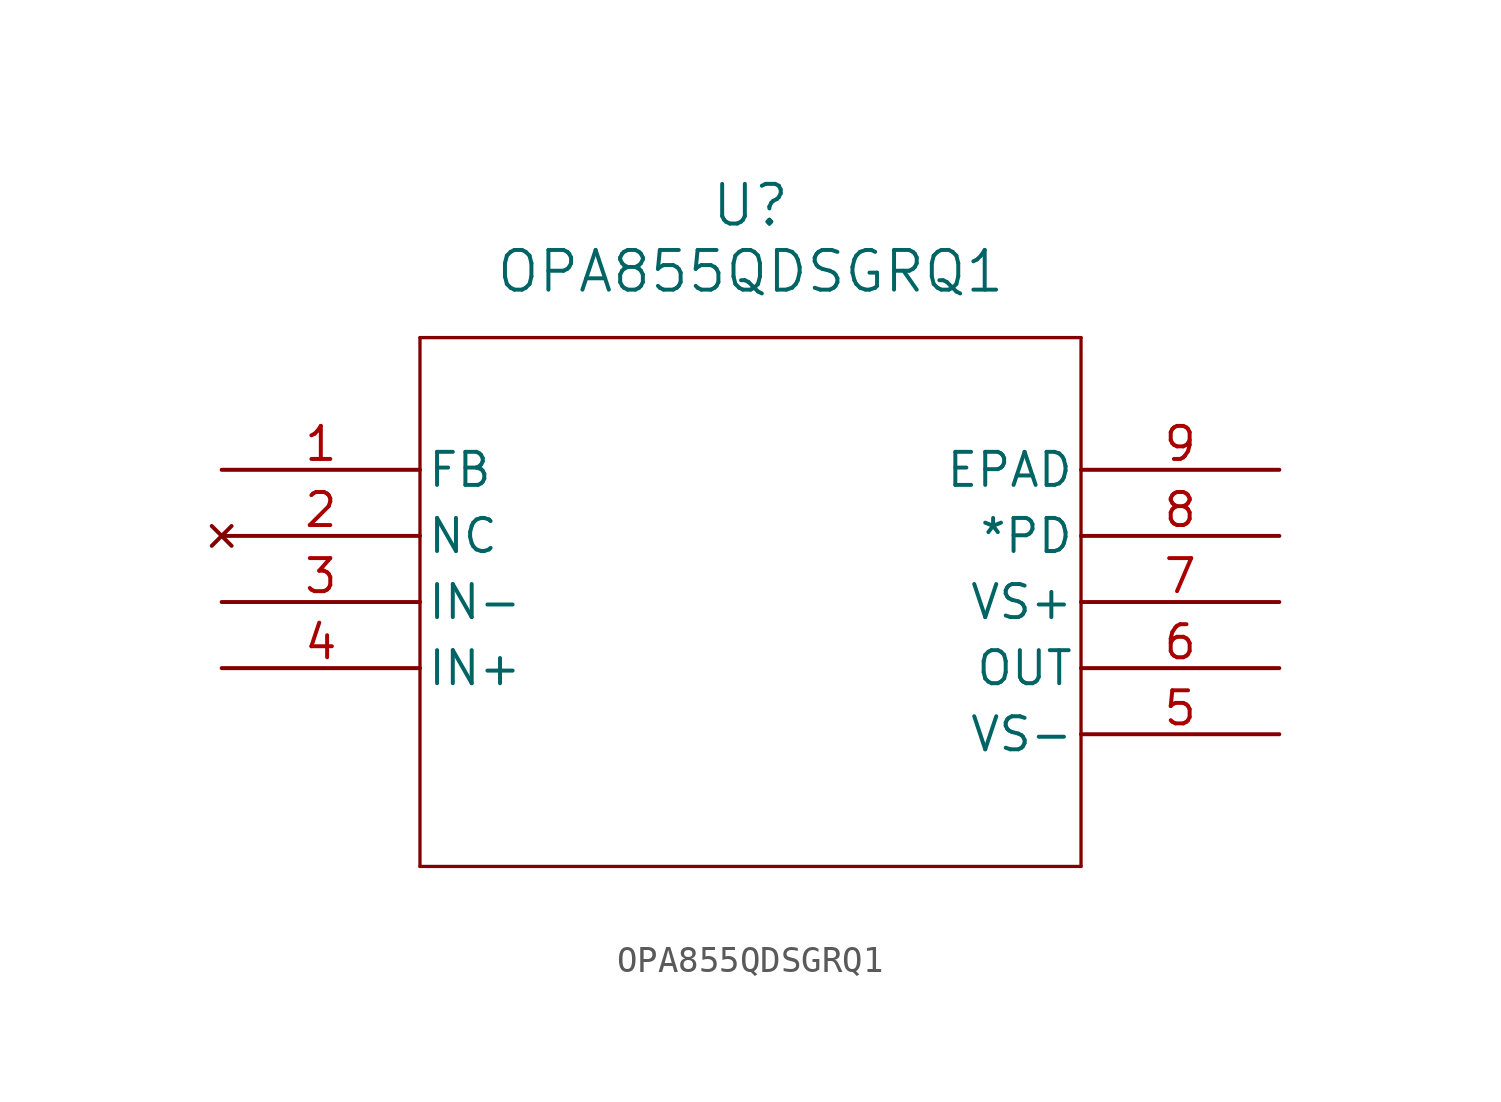
<source format=kicad_sym>
(kicad_symbol_lib
  (version 20211014)
  (generator kicad_symbol_editor)
  (symbol "OPA855QDSGRQ1"
    (pin_names
      (offset 0.254))
    (property "Reference" "U"
      (at 20.32 10.16 0)
      (effects (font (size 1.524 1.524))))
    (property "Value" "OPA855QDSGRQ1"
      (at 20.32 7.62 0)
      (effects (font (size 1.524 1.524))))
    (symbol "OPA855QDSGRQ1_0_1"
      (polyline (pts (xy 7.62 5.08) (xy 7.62 -15.24)) (stroke (width 0.127) (type default) (color 0 0 0 0)) (fill (type none)))
      (polyline (pts (xy 7.62 -15.24) (xy 33.02 -15.24)) (stroke (width 0.127) (type default) (color 0 0 0 0)) (fill (type none)))
      (polyline (pts (xy 33.02 -15.24) (xy 33.02 5.08)) (stroke (width 0.127) (type default) (color 0 0 0 0)) (fill (type none)))
      (polyline (pts (xy 33.02 5.08) (xy 7.62 5.08)) (stroke (width 0.127) (type default) (color 0 0 0 0)) (fill (type none)))
      (pin input line (at 0 0 0) (length 7.62) (name "FB" (effects (font (size 1.27 1.27)))) (number "1" (effects (font (size 1.27 1.27)))))
      (pin no_connect line (at 0 -2.54 0) (length 7.62) (name "NC" (effects (font (size 1.27 1.27)))) (number "2" (effects (font (size 1.27 1.27)))))
      (pin input line (at 0 -5.08 0) (length 7.62) (name "IN-" (effects (font (size 1.27 1.27)))) (number "3" (effects (font (size 1.27 1.27)))))
      (pin input line (at 0 -7.62 0) (length 7.62) (name "IN+" (effects (font (size 1.27 1.27)))) (number "4" (effects (font (size 1.27 1.27)))))
      (pin power_in line (at 40.64 -10.16 180) (length 7.62) (name "VS-" (effects (font (size 1.27 1.27)))) (number "5" (effects (font (size 1.27 1.27)))))
      (pin output line (at 40.64 -7.62 180) (length 7.62) (name "OUT" (effects (font (size 1.27 1.27)))) (number "6" (effects (font (size 1.27 1.27)))))
      (pin power_in line (at 40.64 -5.08 180) (length 7.62) (name "VS+" (effects (font (size 1.27 1.27)))) (number "7" (effects (font (size 1.27 1.27)))))
      (pin input line (at 40.64 -2.54 180) (length 7.62) (name "*PD" (effects (font (size 1.27 1.27)))) (number "8" (effects (font (size 1.27 1.27)))))
      (pin power_in line (at 40.64 0 180) (length 7.62) (name "EPAD" (effects (font (size 1.27 1.27)))) (number "9" (effects (font (size 1.27 1.27))))))))
</source>
